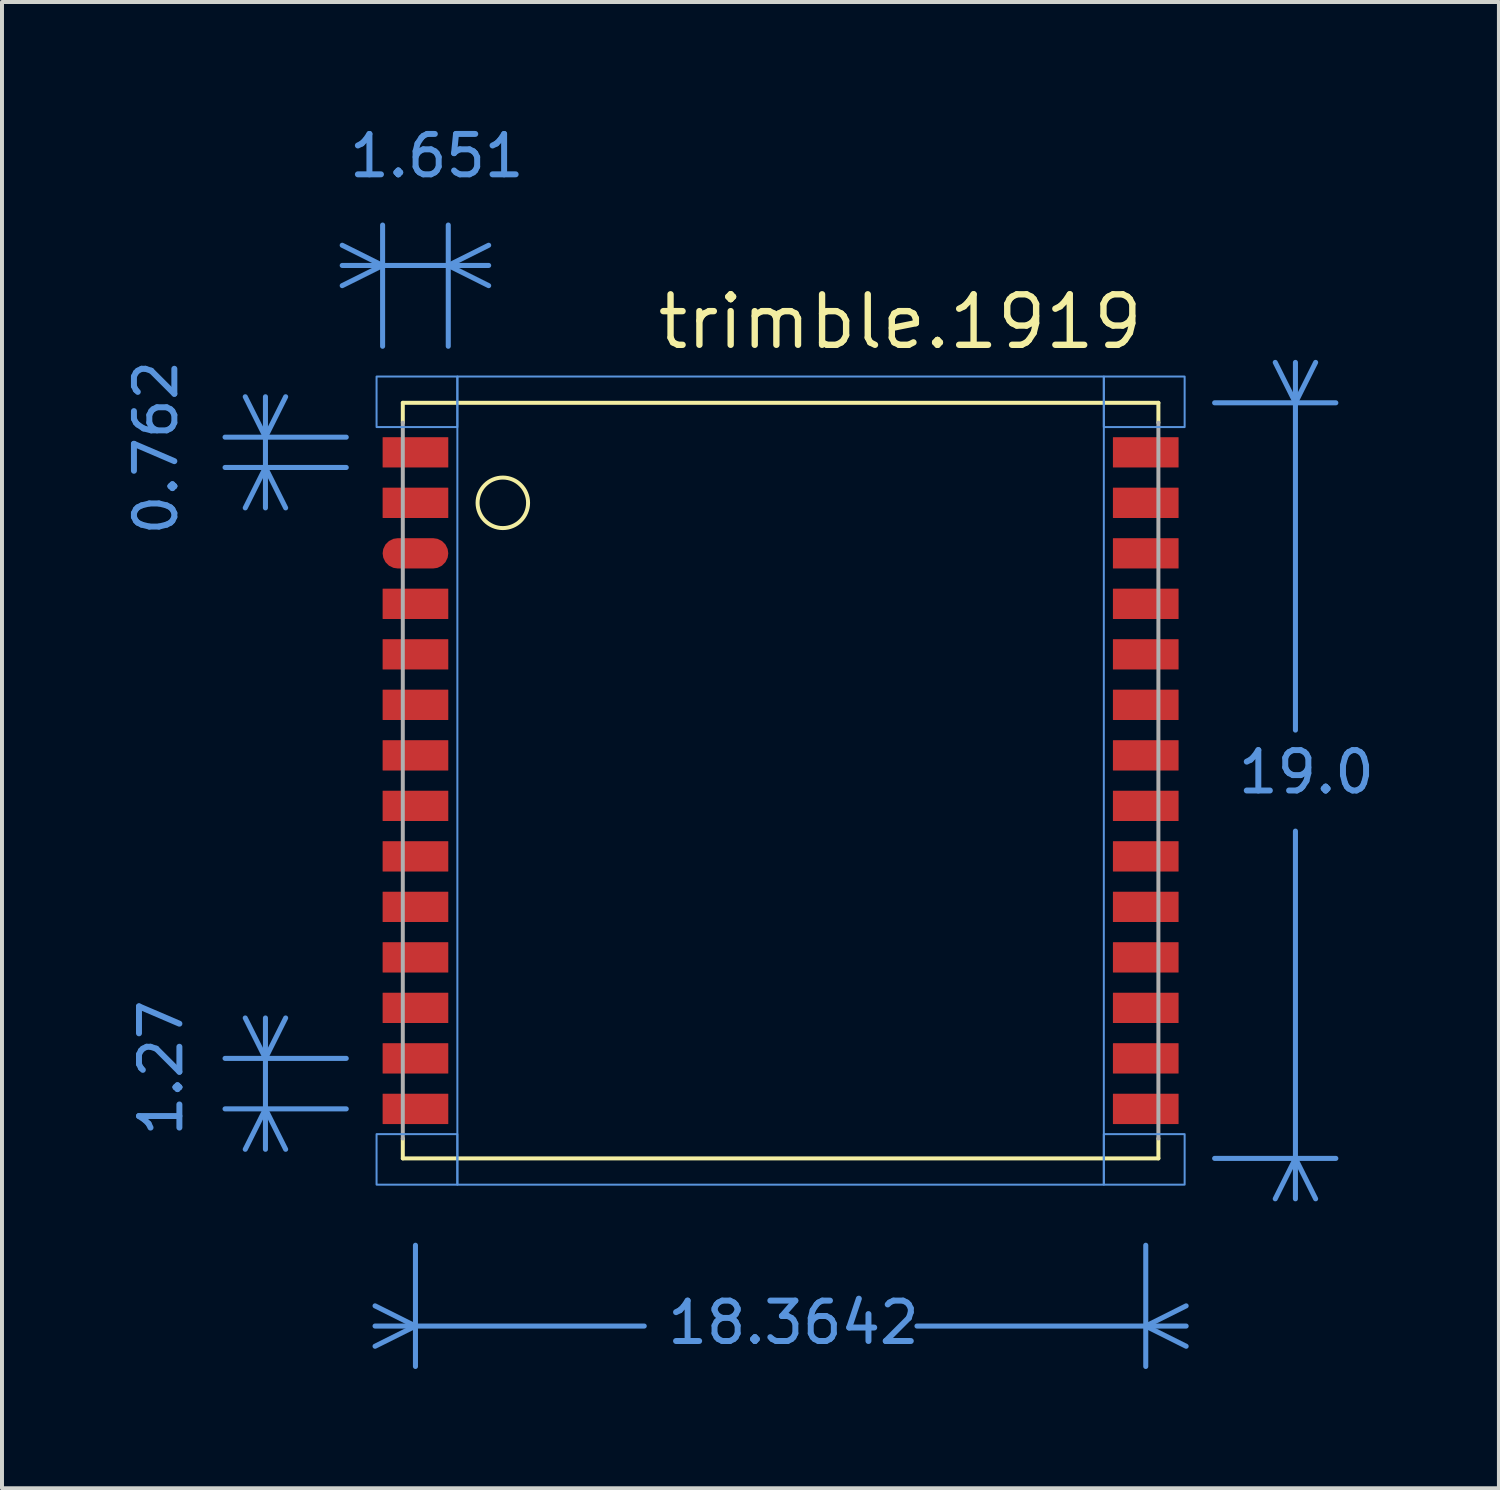
<source format=kicad_pcb>
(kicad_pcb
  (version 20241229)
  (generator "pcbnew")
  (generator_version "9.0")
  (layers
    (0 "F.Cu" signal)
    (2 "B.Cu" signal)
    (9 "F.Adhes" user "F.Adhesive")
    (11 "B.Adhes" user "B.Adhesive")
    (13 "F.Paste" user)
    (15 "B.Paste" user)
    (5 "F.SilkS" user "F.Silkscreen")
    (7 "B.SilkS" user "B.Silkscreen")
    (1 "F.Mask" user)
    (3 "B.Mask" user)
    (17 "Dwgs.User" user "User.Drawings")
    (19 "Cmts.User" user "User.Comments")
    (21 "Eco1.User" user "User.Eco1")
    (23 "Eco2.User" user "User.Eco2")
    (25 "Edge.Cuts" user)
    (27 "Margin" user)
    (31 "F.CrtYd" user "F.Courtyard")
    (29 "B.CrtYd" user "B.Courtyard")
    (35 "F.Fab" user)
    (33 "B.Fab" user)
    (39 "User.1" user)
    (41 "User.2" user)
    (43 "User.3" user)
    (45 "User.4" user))
  (footprint "trimble.1919"
    (layer "F.Cu")
    (at 16.579 16.579)
    (property "Reference" "trimble.1919" (at -3.175 -10.795 0) (layer "F.SilkS") (effects (font (size 1.27 1.27) (thickness 0.16)) (justify left bottom)))
    (attr smd)
    (fp_rect (start -10.135 10.135) (end 10.135 -10.135) (stroke (width 0.05) (type default)) (fill yes) (layer "F.Mask"))
    (fp_line (start -9.5 -9.5) (end -9.5 -9) (stroke (width 0.1) (type default)) (layer "F.SilkS"))
    (fp_line (start -9.5 9) (end -9.5 9.5) (stroke (width 0.1) (type default)) (layer "F.SilkS"))
    (fp_line (start -9.5 9.5) (end 9.5 9.5) (stroke (width 0.1) (type default)) (layer "F.SilkS"))
    (fp_line (start 9.5 -9.5) (end -9.5 -9.5) (stroke (width 0.1) (type default)) (layer "F.SilkS"))
    (fp_line (start 9.5 -9) (end 9.5 -9.5) (stroke (width 0.1) (type default)) (layer "F.SilkS"))
    (fp_line (start 9.5 9.5) (end 9.5 9) (stroke (width 0.1) (type default)) (layer "F.SilkS"))
    (fp_circle (center -6.985 -6.985) (end -6.35 -6.985) (stroke (width 0.1) (type default)) (fill no) (layer "F.SilkS"))
    (fp_line (start -13.97 6.985) (end -10.922 6.985) (stroke (width 0.127) (type default)) (layer "Cmts.User"))
    (fp_line (start -13.462 -9.652) (end -12.954 -8.636) (stroke (width 0.127) (type default)) (layer "Cmts.User"))
    (fp_line (start -13.462 -6.858) (end -12.954 -7.874) (stroke (width 0.127) (type default)) (layer "Cmts.User"))
    (fp_line (start -13.462 5.969) (end -12.954 6.985) (stroke (width 0.127) (type default)) (layer "Cmts.User"))
    (fp_line (start -13.462 9.271) (end -12.954 8.255) (stroke (width 0.127) (type default)) (layer "Cmts.User"))
    (fp_line (start -12.954 -9.652) (end -12.954 -8.636) (stroke (width 0.127) (type default)) (layer "Cmts.User"))
    (fp_line (start -12.954 -8.636) (end -12.954 -7.874) (stroke (width 0.127) (type default)) (layer "Cmts.User"))
    (fp_line (start -12.954 -8.636) (end -12.446 -9.652) (stroke (width 0.127) (type default)) (layer "Cmts.User"))
    (fp_line (start -12.954 -7.874) (end -13.97 -7.874) (stroke (width 0.127) (type default)) (layer "Cmts.User"))
    (fp_line (start -12.954 -7.874) (end -12.954 -6.858) (stroke (width 0.127) (type default)) (layer "Cmts.User"))
    (fp_line (start -12.954 -7.874) (end -12.446 -6.858) (stroke (width 0.127) (type default)) (layer "Cmts.User"))
    (fp_line (start -12.954 5.969) (end -12.954 6.985) (stroke (width 0.127) (type default)) (layer "Cmts.User"))
    (fp_line (start -12.954 6.985) (end -12.954 8.255) (stroke (width 0.127) (type default)) (layer "Cmts.User"))
    (fp_line (start -12.954 6.985) (end -12.446 5.969) (stroke (width 0.127) (type default)) (layer "Cmts.User"))
    (fp_line (start -12.954 8.255) (end -13.97 8.255) (stroke (width 0.127) (type default)) (layer "Cmts.User"))
    (fp_line (start -12.954 8.255) (end -12.954 9.271) (stroke (width 0.127) (type default)) (layer "Cmts.User"))
    (fp_line (start -12.954 8.255) (end -12.446 9.271) (stroke (width 0.127) (type default)) (layer "Cmts.User"))
    (fp_line (start -11.024 -13.462) (end -10.008 -12.954) (stroke (width 0.127) (type default)) (layer "Cmts.User"))
    (fp_line (start -10.922 -8.636) (end -13.97 -8.636) (stroke (width 0.127) (type default)) (layer "Cmts.User"))
    (fp_line (start -10.922 -7.874) (end -12.954 -7.874) (stroke (width 0.127) (type default)) (layer "Cmts.User"))
    (fp_line (start -10.922 8.255) (end -12.954 8.255) (stroke (width 0.127) (type default)) (layer "Cmts.User"))
    (fp_line (start -10.198 13.716) (end -9.182 13.716) (stroke (width 0.127) (type default)) (layer "Cmts.User"))
    (fp_line (start -10.198 14.224) (end -9.182 13.716) (stroke (width 0.127) (type default)) (layer "Cmts.User"))
    (fp_line (start -10.008 -12.954) (end -11.024 -12.954) (stroke (width 0.127) (type default)) (layer "Cmts.User"))
    (fp_line (start -10.008 -12.954) (end -11.024 -12.446) (stroke (width 0.127) (type default)) (layer "Cmts.User"))
    (fp_line (start -10.008 -12.954) (end -10.008 -13.97) (stroke (width 0.127) (type default)) (layer "Cmts.User"))
    (fp_line (start -10.008 -10.922) (end -10.008 -12.954) (stroke (width 0.127) (type default)) (layer "Cmts.User"))
    (fp_line (start -9.182 13.716) (end -10.198 13.208) (stroke (width 0.127) (type default)) (layer "Cmts.User"))
    (fp_line (start -9.182 13.716) (end -9.182 11.684) (stroke (width 0.127) (type default)) (layer "Cmts.User"))
    (fp_line (start -9.182 13.716) (end -3.429 13.716) (stroke (width 0.127) (type default)) (layer "Cmts.User"))
    (fp_line (start -9.182 14.732) (end -9.182 13.716) (stroke (width 0.127) (type default)) (layer "Cmts.User"))
    (fp_line (start -8.357 -13.97) (end -8.357 -10.922) (stroke (width 0.127) (type default)) (layer "Cmts.User"))
    (fp_line (start -8.357 -12.954) (end -10.008 -12.954) (stroke (width 0.127) (type default)) (layer "Cmts.User"))
    (fp_line (start -8.357 -12.954) (end -7.341 -12.446) (stroke (width 0.127) (type default)) (layer "Cmts.User"))
    (fp_line (start -7.341 -13.462) (end -8.357 -12.954) (stroke (width 0.127) (type default)) (layer "Cmts.User"))
    (fp_line (start -7.341 -12.954) (end -8.357 -12.954) (stroke (width 0.127) (type default)) (layer "Cmts.User"))
    (fp_line (start 3.429 13.716) (end 9.182 13.716) (stroke (width 0.127) (type default)) (layer "Cmts.User"))
    (fp_line (start 9.182 11.684) (end 9.182 13.716) (stroke (width 0.127) (type default)) (layer "Cmts.User"))
    (fp_line (start 9.182 13.716) (end 9.182 14.732) (stroke (width 0.127) (type default)) (layer "Cmts.User"))
    (fp_line (start 9.182 13.716) (end 10.198 13.208) (stroke (width 0.127) (type default)) (layer "Cmts.User"))
    (fp_line (start 9.182 13.716) (end 10.198 13.716) (stroke (width 0.127) (type default)) (layer "Cmts.User"))
    (fp_line (start 10.198 14.224) (end 9.182 13.716) (stroke (width 0.127) (type default)) (layer "Cmts.User"))
    (fp_line (start 10.914 -9.5) (end 12.946 -9.5) (stroke (width 0.127) (type default)) (layer "Cmts.User"))
    (fp_line (start 10.914 9.5) (end 13.962 9.5) (stroke (width 0.127) (type default)) (layer "Cmts.User"))
    (fp_line (start 12.946 -9.5) (end 12.438 -10.516) (stroke (width 0.127) (type default)) (layer "Cmts.User"))
    (fp_line (start 12.946 -9.5) (end 12.946 -10.516) (stroke (width 0.127) (type default)) (layer "Cmts.User"))
    (fp_line (start 12.946 -9.5) (end 13.962 -9.5) (stroke (width 0.127) (type default)) (layer "Cmts.User"))
    (fp_line (start 12.946 -1.27) (end 12.946 -9.5) (stroke (width 0.127) (type default)) (layer "Cmts.User"))
    (fp_line (start 12.946 9.5) (end 12.438 10.516) (stroke (width 0.127) (type default)) (layer "Cmts.User"))
    (fp_line (start 12.946 9.5) (end 12.946 1.27) (stroke (width 0.127) (type default)) (layer "Cmts.User"))
    (fp_line (start 12.946 10.516) (end 12.946 9.5) (stroke (width 0.127) (type default)) (layer "Cmts.User"))
    (fp_line (start 13.454 -10.516) (end 12.946 -9.5) (stroke (width 0.127) (type default)) (layer "Cmts.User"))
    (fp_line (start 13.454 10.516) (end 12.946 9.5) (stroke (width 0.127) (type default)) (layer "Cmts.User"))
    (fp_rect (start -10.16 -8.89) (end -8.128 -10.16) (stroke (width 0.05) (type default)) (fill no) (layer "Cmts.User"))
    (fp_rect (start -10.16 10.16) (end -8.128 8.89) (stroke (width 0.05) (type default)) (fill no) (layer "Cmts.User"))
    (fp_rect (start -8.128 10.16) (end 8.128 -10.16) (stroke (width 0.05) (type default)) (fill no) (layer "Cmts.User"))
    (fp_rect (start 8.128 -8.89) (end 10.16 -10.16) (stroke (width 0.05) (type default)) (fill no) (layer "Cmts.User"))
    (fp_rect (start 8.128 10.16) (end 10.16 8.89) (stroke (width 0.05) (type default)) (fill no) (layer "Cmts.User"))
    (fp_line (start -9.5 -9) (end -9.5 9) (stroke (width 0.1) (type default)) (layer "F.Fab"))
    (fp_line (start 9.5 9) (end 9.5 -9) (stroke (width 0.1) (type default)) (layer "F.Fab"))
    (fp_text user "1.651" (at -10.922 -15.113 0) (layer "Cmts.User") (effects (font (size 1.016 1.016) (thickness 0.15)) (justify left bottom)))
    (fp_text user "19.0" (at 11.43 0.381 0) (layer "Cmts.User") (effects (font (size 1.016 1.016) (thickness 0.15)) (justify left bottom)))
    (fp_text user "1.27" (at -14.986 9.017 90) (layer "Cmts.User") (effects (font (size 1.016 1.016) (thickness 0.15)) (justify left bottom)))
    (fp_text user "18.3642" (at -2.921 14.224 0) (layer "Cmts.User") (effects (font (size 1.016 1.016) (thickness 0.15)) (justify left bottom)))
    (fp_text user "0.762" (at -15.113 -6.096 90) (layer "Cmts.User") (effects (font (size 1.016 1.016) (thickness 0.15)) (justify left bottom)))
    (pad "1" smd roundrect (at -9.182 -8.255 270) (size 0.762 1.651) (layers "F.Cu" "F.Mask" "F.Paste") (roundrect_rratio 0.01))
    (pad "2" smd roundrect (at -9.182 -6.985 270) (size 0.762 1.651) (layers "F.Cu" "F.Mask" "F.Paste") (roundrect_rratio 0.01))
    (pad "3" smd roundrect (at -9.182 -5.715 270) (size 0.762 1.651) (layers "F.Cu" "F.Mask" "F.Paste") (roundrect_rratio 0.5))
    (pad "4" smd roundrect (at -9.182 -4.445 270) (size 0.762 1.651) (layers "F.Cu" "F.Mask" "F.Paste") (roundrect_rratio 0.01))
    (pad "5" smd roundrect (at -9.182 -3.175 270) (size 0.762 1.651) (layers "F.Cu" "F.Mask" "F.Paste") (roundrect_rratio 0.01))
    (pad "6" smd roundrect (at -9.182 -1.905 270) (size 0.762 1.651) (layers "F.Cu" "F.Mask" "F.Paste") (roundrect_rratio 0.01))
    (pad "7" smd roundrect (at -9.182 -0.635 270) (size 0.762 1.651) (layers "F.Cu" "F.Mask" "F.Paste") (roundrect_rratio 0.01))
    (pad "8" smd roundrect (at -9.182 0.635 270) (size 0.762 1.651) (layers "F.Cu" "F.Mask" "F.Paste") (roundrect_rratio 0.01))
    (pad "9" smd roundrect (at -9.182 1.905 270) (size 0.762 1.651) (layers "F.Cu" "F.Mask" "F.Paste") (roundrect_rratio 0.01))
    (pad "10" smd roundrect (at -9.182 3.175 270) (size 0.762 1.651) (layers "F.Cu" "F.Mask" "F.Paste") (roundrect_rratio 0.01))
    (pad "11" smd roundrect (at -9.182 4.445 270) (size 0.762 1.651) (layers "F.Cu" "F.Mask" "F.Paste") (roundrect_rratio 0.01))
    (pad "12" smd roundrect (at -9.182 5.715 270) (size 0.762 1.651) (layers "F.Cu" "F.Mask" "F.Paste") (roundrect_rratio 0.01))
    (pad "13" smd roundrect (at -9.182 6.985 270) (size 0.762 1.651) (layers "F.Cu" "F.Mask" "F.Paste") (roundrect_rratio 0.01))
    (pad "14" smd roundrect (at -9.182 8.255 270) (size 0.762 1.651) (layers "F.Cu" "F.Mask" "F.Paste") (roundrect_rratio 0.01))
    (pad "15" smd roundrect (at 9.182 8.255 90) (size 0.762 1.651) (layers "F.Cu" "F.Mask" "F.Paste") (roundrect_rratio 0.01))
    (pad "16" smd roundrect (at 9.182 6.985 90) (size 0.762 1.651) (layers "F.Cu" "F.Mask" "F.Paste") (roundrect_rratio 0.01))
    (pad "17" smd roundrect (at 9.182 5.715 90) (size 0.762 1.651) (layers "F.Cu" "F.Mask" "F.Paste") (roundrect_rratio 0.01))
    (pad "18" smd roundrect (at 9.182 4.445 90) (size 0.762 1.651) (layers "F.Cu" "F.Mask" "F.Paste") (roundrect_rratio 0.01))
    (pad "19" smd roundrect (at 9.182 3.175 90) (size 0.762 1.651) (layers "F.Cu" "F.Mask" "F.Paste") (roundrect_rratio 0.01))
    (pad "20" smd roundrect (at 9.182 1.905 90) (size 0.762 1.651) (layers "F.Cu" "F.Mask" "F.Paste") (roundrect_rratio 0.01))
    (pad "21" smd roundrect (at 9.182 0.635 90) (size 0.762 1.651) (layers "F.Cu" "F.Mask" "F.Paste") (roundrect_rratio 0.01))
    (pad "22" smd roundrect (at 9.182 -0.635 90) (size 0.762 1.651) (layers "F.Cu" "F.Mask" "F.Paste") (roundrect_rratio 0.01))
    (pad "23" smd roundrect (at 9.182 -1.905 90) (size 0.762 1.651) (layers "F.Cu" "F.Mask" "F.Paste") (roundrect_rratio 0.01))
    (pad "24" smd roundrect (at 9.182 -3.175 90) (size 0.762 1.651) (layers "F.Cu" "F.Mask" "F.Paste") (roundrect_rratio 0.01))
    (pad "25" smd roundrect (at 9.182 -4.445 90) (size 0.762 1.651) (layers "F.Cu" "F.Mask" "F.Paste") (roundrect_rratio 0.01))
    (pad "26" smd roundrect (at 9.182 -5.715 90) (size 0.762 1.651) (layers "F.Cu" "F.Mask" "F.Paste") (roundrect_rratio 0.01))
    (pad "27" smd roundrect (at 9.182 -6.985 90) (size 0.762 1.651) (layers "F.Cu" "F.Mask" "F.Paste") (roundrect_rratio 0.01))
    (pad "28" smd roundrect (at 9.182 -8.255 90) (size 0.762 1.651) (layers "F.Cu" "F.Mask" "F.Paste") (roundrect_rratio 0.01)))
  (gr_rect
    (start -3 -3)
    (end 34.642 34.374)
    (stroke (width 0.1) (type default))
    (fill no)
    (layer "Edge.Cuts")))
</source>
